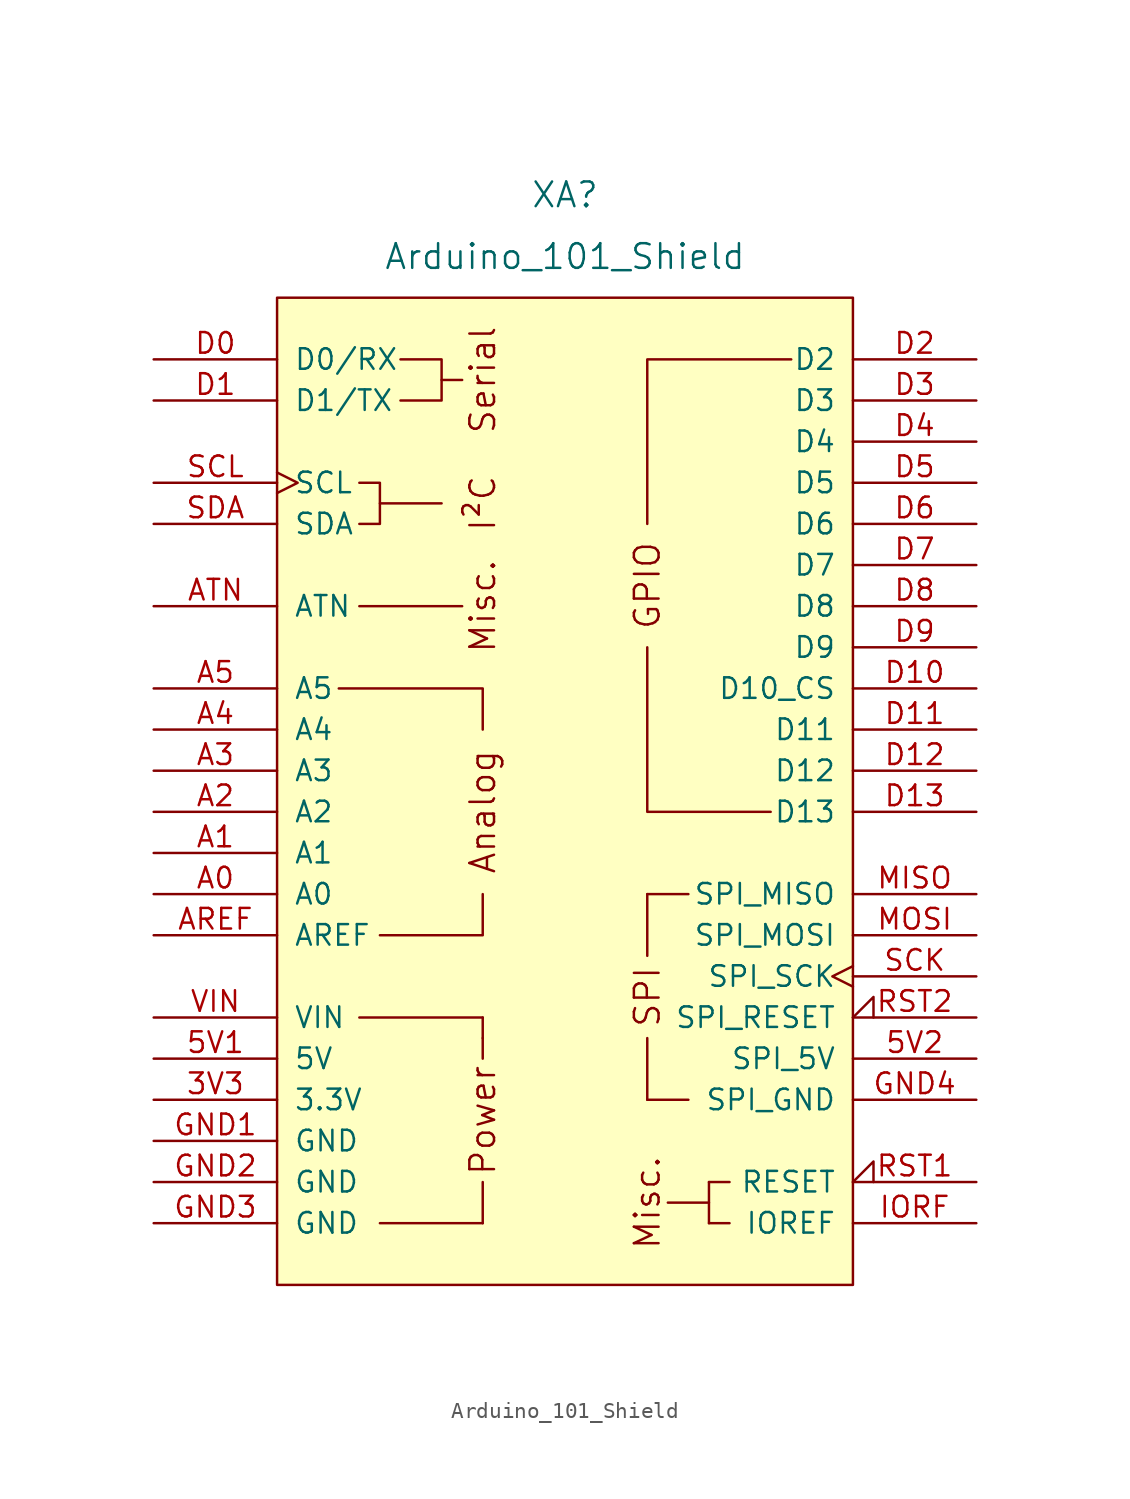
<source format=kicad_sym>
(kicad_symbol_lib
  (version 20211014)
  (generator kicad_symbol_editor)
  (symbol "Arduino_101_Shield"
    (pin_names
      (offset 1.016))
    (property "Reference" "XA"
      (at 0 36.83 0)
      (effects (font (size 1.524 1.524))))
    (property "Value" "Arduino_101_Shield"
      (at 0 33.02 0)
      (effects (font (size 1.524 1.524))))
    (symbol "Arduino_101_Shield_0_0"
      (rectangle (start -17.78 30.48) (end 17.78 -30.48) (stroke (width 0) (type default) (color 0 0 0 0)) (fill (type background)))
      (rectangle (start -12.7 -13.97) (end -5.08 -13.97) (stroke (width 0) (type default) (color 0 0 0 0)) (fill (type none)))
      (rectangle (start -11.43 -26.67) (end -5.08 -26.67) (stroke (width 0) (type default) (color 0 0 0 0)) (fill (type none)))
      (polyline (pts (xy -11.43 17.78) (xy -7.62 17.78)) (stroke (width 0) (type default) (color 0 0 0 0)) (fill (type none)))
      (polyline (pts (xy -7.62 25.4) (xy -6.35 25.4)) (stroke (width 0) (type default) (color 0 0 0 0)) (fill (type none)))
      (polyline (pts (xy -6.35 11.43) (xy -12.7 11.43)) (stroke (width 0) (type default) (color 0 0 0 0)) (fill (type none)))
      (polyline (pts (xy -5.08 -26.67) (xy -5.08 -24.13)) (stroke (width 0) (type default) (color 0 0 0 0)) (fill (type none)))
      (polyline (pts (xy -5.08 -15.24) (xy -5.08 -16.51)) (stroke (width 0) (type default) (color 0 0 0 0)) (fill (type none)))
      (polyline (pts (xy -5.08 -13.97) (xy -5.08 -15.24)) (stroke (width 0) (type default) (color 0 0 0 0)) (fill (type none)))
      (polyline (pts (xy -5.08 -6.35) (xy -5.08 -8.89) (xy -11.43 -8.89)) (stroke (width 0) (type default) (color 0 0 0 0)) (fill (type none)))
      (polyline (pts (xy -5.08 3.81) (xy -5.08 6.35) (xy -13.97 6.35)) (stroke (width 0) (type default) (color 0 0 0 0)) (fill (type none)))
      (polyline (pts (xy 5.08 8.89) (xy 5.08 -1.27) (xy 12.7 -1.27)) (stroke (width 0) (type default) (color 0 0 0 0)) (fill (type none)))
      (polyline (pts (xy 5.08 16.51) (xy 5.08 26.67) (xy 13.97 26.67)) (stroke (width 0) (type default) (color 0 0 0 0)) (fill (type none)))
      (polyline (pts (xy -12.7 19.05) (xy -11.43 19.05) (xy -11.43 16.51) (xy -12.7 16.51)) (stroke (width 0) (type default) (color 0 0 0 0)) (fill (type none)))
      (polyline (pts (xy -10.16 26.67) (xy -7.62 26.67) (xy -7.62 24.13) (xy -10.16 24.13)) (stroke (width 0) (type default) (color 0 0 0 0)) (fill (type none)))
      (rectangle (start 5.08 -19.05) (end 5.08 -15.24) (stroke (width 0) (type default) (color 0 0 0 0)) (fill (type none)))
      (rectangle (start 5.08 -19.05) (end 7.62 -19.05) (stroke (width 0) (type default) (color 0 0 0 0)) (fill (type none)))
      (rectangle (start 5.08 -10.16) (end 5.08 -6.35) (stroke (width 0) (type default) (color 0 0 0 0)) (fill (type none)))
      (rectangle (start 7.62 -6.35) (end 5.08 -6.35) (stroke (width 0) (type default) (color 0 0 0 0)) (fill (type none)))
      (rectangle (start 8.89 -25.4) (end 6.35 -25.4) (stroke (width 0) (type default) (color 0 0 0 0)) (fill (type none)))
      (rectangle (start 8.89 -24.13) (end 8.89 -26.67) (stroke (width 0) (type default) (color 0 0 0 0)) (fill (type none)))
      (rectangle (start 10.16 -26.67) (end 8.89 -26.67) (stroke (width 0) (type default) (color 0 0 0 0)) (fill (type none)))
      (rectangle (start 10.16 -24.13) (end 8.89 -24.13) (stroke (width 0) (type default) (color 0 0 0 0)) (fill (type none)))
      (text "Analog" (at -5.08 -1.27 900) (effects (font (size 1.524 1.524))))
      (text "I²C" (at -5.08 17.78 900) (effects (font (size 1.524 1.524))))
      (text "Misc." (at -5.08 11.43 900) (effects (font (size 1.524 1.524))))
      (text "Misc." (at 5.08 -25.4 900) (effects (font (size 1.524 1.524))))
      (text "Power" (at -5.08 -20.32 900) (effects (font (size 1.524 1.524))))
      (text "Serial" (at -5.08 25.4 900) (effects (font (size 1.524 1.524))))
      (text "SPI" (at 5.08 -12.7 900) (effects (font (size 1.524 1.524)))))
    (symbol "Arduino_101_Shield_1_0"
      (text "GPIO" (at 5.08 12.7 900) (effects (font (size 1.524 1.524)))))
    (symbol "Arduino_101_Shield_1_1"
      (pin power_out line (at -25.4 -19.05 0) (length 7.62) (name "3.3V" (effects (font (size 1.27 1.27)))) (number "3V3" (effects (font (size 1.27 1.27)))))
      (pin power_in line (at -25.4 -16.51 0) (length 7.62) (name "5V" (effects (font (size 1.27 1.27)))) (number "5V1" (effects (font (size 1.27 1.27)))))
      (pin power_in line (at 25.4 -16.51 180) (length 7.62) (name "SPI_5V" (effects (font (size 1.27 1.27)))) (number "5V2" (effects (font (size 1.27 1.27)))))
      (pin bidirectional line (at -25.4 -6.35 0) (length 7.62) (name "A0" (effects (font (size 1.27 1.27)))) (number "A0" (effects (font (size 1.27 1.27)))))
      (pin bidirectional line (at -25.4 -3.81 0) (length 7.62) (name "A1" (effects (font (size 1.27 1.27)))) (number "A1" (effects (font (size 1.27 1.27)))))
      (pin bidirectional line (at -25.4 -1.27 0) (length 7.62) (name "A2" (effects (font (size 1.27 1.27)))) (number "A2" (effects (font (size 1.27 1.27)))))
      (pin bidirectional line (at -25.4 1.27 0) (length 7.62) (name "A3" (effects (font (size 1.27 1.27)))) (number "A3" (effects (font (size 1.27 1.27)))))
      (pin bidirectional line (at -25.4 3.81 0) (length 7.62) (name "A4" (effects (font (size 1.27 1.27)))) (number "A4" (effects (font (size 1.27 1.27)))))
      (pin bidirectional line (at -25.4 6.35 0) (length 7.62) (name "A5" (effects (font (size 1.27 1.27)))) (number "A5" (effects (font (size 1.27 1.27)))))
      (pin input line (at -25.4 -8.89 0) (length 7.62) (name "AREF" (effects (font (size 1.27 1.27)))) (number "AREF" (effects (font (size 1.27 1.27)))))
      (pin bidirectional line (at -25.4 11.43 0) (length 7.62) (name "ATN" (effects (font (size 1.27 1.27)))) (number "ATN" (effects (font (size 1.27 1.27)))))
      (pin bidirectional line (at -25.4 26.67 0) (length 7.62) (name "D0/RX" (effects (font (size 1.27 1.27)))) (number "D0" (effects (font (size 1.27 1.27)))))
      (pin bidirectional line (at -25.4 24.13 0) (length 7.62) (name "D1/TX" (effects (font (size 1.27 1.27)))) (number "D1" (effects (font (size 1.27 1.27)))))
      (pin bidirectional line (at 25.4 6.35 180) (length 7.62) (name "D10_CS" (effects (font (size 1.27 1.27)))) (number "D10" (effects (font (size 1.27 1.27)))))
      (pin bidirectional line (at 25.4 3.81 180) (length 7.62) (name "D11" (effects (font (size 1.27 1.27)))) (number "D11" (effects (font (size 1.27 1.27)))))
      (pin bidirectional line (at 25.4 1.27 180) (length 7.62) (name "D12" (effects (font (size 1.27 1.27)))) (number "D12" (effects (font (size 1.27 1.27)))))
      (pin bidirectional line (at 25.4 -1.27 180) (length 7.62) (name "D13" (effects (font (size 1.27 1.27)))) (number "D13" (effects (font (size 1.27 1.27)))))
      (pin bidirectional line (at 25.4 26.67 180) (length 7.62) (name "D2" (effects (font (size 1.27 1.27)))) (number "D2" (effects (font (size 1.27 1.27)))))
      (pin bidirectional line (at 25.4 24.13 180) (length 7.62) (name "D3" (effects (font (size 1.27 1.27)))) (number "D3" (effects (font (size 1.27 1.27)))))
      (pin bidirectional line (at 25.4 21.59 180) (length 7.62) (name "D4" (effects (font (size 1.27 1.27)))) (number "D4" (effects (font (size 1.27 1.27)))))
      (pin bidirectional line (at 25.4 19.05 180) (length 7.62) (name "D5" (effects (font (size 1.27 1.27)))) (number "D5" (effects (font (size 1.27 1.27)))))
      (pin bidirectional line (at 25.4 16.51 180) (length 7.62) (name "D6" (effects (font (size 1.27 1.27)))) (number "D6" (effects (font (size 1.27 1.27)))))
      (pin bidirectional line (at 25.4 13.97 180) (length 7.62) (name "D7" (effects (font (size 1.27 1.27)))) (number "D7" (effects (font (size 1.27 1.27)))))
      (pin bidirectional line (at 25.4 11.43 180) (length 7.62) (name "D8" (effects (font (size 1.27 1.27)))) (number "D8" (effects (font (size 1.27 1.27)))))
      (pin bidirectional line (at 25.4 8.89 180) (length 7.62) (name "D9" (effects (font (size 1.27 1.27)))) (number "D9" (effects (font (size 1.27 1.27)))))
      (pin power_in line (at -25.4 -21.59 0) (length 7.62) (name "GND" (effects (font (size 1.27 1.27)))) (number "GND1" (effects (font (size 1.27 1.27)))))
      (pin power_in line (at -25.4 -24.13 0) (length 7.62) (name "GND" (effects (font (size 1.27 1.27)))) (number "GND2" (effects (font (size 1.27 1.27)))))
      (pin power_in line (at -25.4 -26.67 0) (length 7.62) (name "GND" (effects (font (size 1.27 1.27)))) (number "GND3" (effects (font (size 1.27 1.27)))))
      (pin power_in line (at 25.4 -19.05 180) (length 7.62) (name "SPI_GND" (effects (font (size 1.27 1.27)))) (number "GND4" (effects (font (size 1.27 1.27)))))
      (pin output line (at 25.4 -26.67 180) (length 7.62) (name "IOREF" (effects (font (size 1.27 1.27)))) (number "IORF" (effects (font (size 1.27 1.27)))))
      (pin input line (at 25.4 -6.35 180) (length 7.62) (name "SPI_MISO" (effects (font (size 1.27 1.27)))) (number "MISO" (effects (font (size 1.27 1.27)))))
      (pin output line (at 25.4 -8.89 180) (length 7.62) (name "SPI_MOSI" (effects (font (size 1.27 1.27)))) (number "MOSI" (effects (font (size 1.27 1.27)))))
      (pin open_collector input_low (at 25.4 -24.13 180) (length 7.62) (name "RESET" (effects (font (size 1.27 1.27)))) (number "RST1" (effects (font (size 1.27 1.27)))))
      (pin open_collector input_low (at 25.4 -13.97 180) (length 7.62) (name "SPI_RESET" (effects (font (size 1.27 1.27)))) (number "RST2" (effects (font (size 1.27 1.27)))))
      (pin output clock (at 25.4 -11.43 180) (length 7.62) (name "SPI_SCK" (effects (font (size 1.27 1.27)))) (number "SCK" (effects (font (size 1.27 1.27)))))
      (pin bidirectional clock (at -25.4 19.05 0) (length 7.62) (name "SCL" (effects (font (size 1.27 1.27)))) (number "SCL" (effects (font (size 1.27 1.27)))))
      (pin bidirectional line (at -25.4 16.51 0) (length 7.62) (name "SDA" (effects (font (size 1.27 1.27)))) (number "SDA" (effects (font (size 1.27 1.27)))))
      (pin power_in line (at -25.4 -13.97 0) (length 7.62) (name "VIN" (effects (font (size 1.27 1.27)))) (number "VIN" (effects (font (size 1.27 1.27))))))))
</source>
